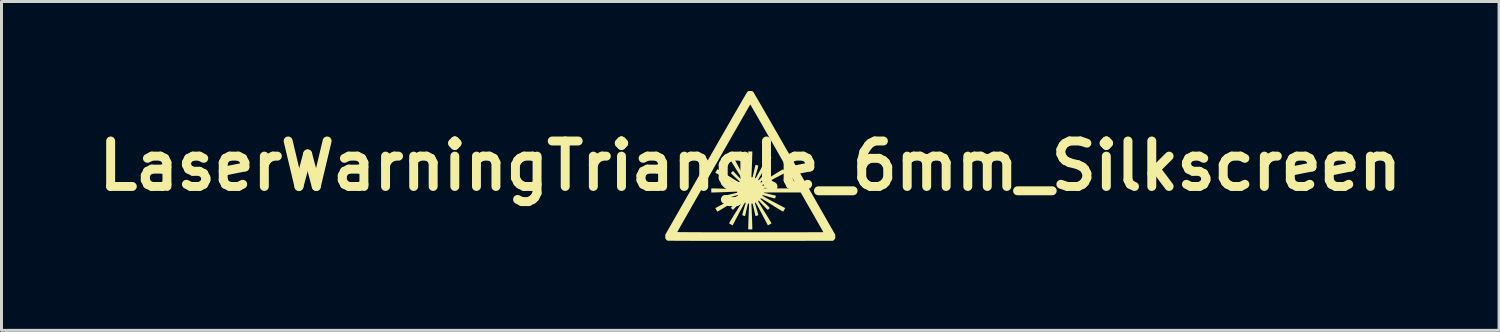
<source format=kicad_pcb>
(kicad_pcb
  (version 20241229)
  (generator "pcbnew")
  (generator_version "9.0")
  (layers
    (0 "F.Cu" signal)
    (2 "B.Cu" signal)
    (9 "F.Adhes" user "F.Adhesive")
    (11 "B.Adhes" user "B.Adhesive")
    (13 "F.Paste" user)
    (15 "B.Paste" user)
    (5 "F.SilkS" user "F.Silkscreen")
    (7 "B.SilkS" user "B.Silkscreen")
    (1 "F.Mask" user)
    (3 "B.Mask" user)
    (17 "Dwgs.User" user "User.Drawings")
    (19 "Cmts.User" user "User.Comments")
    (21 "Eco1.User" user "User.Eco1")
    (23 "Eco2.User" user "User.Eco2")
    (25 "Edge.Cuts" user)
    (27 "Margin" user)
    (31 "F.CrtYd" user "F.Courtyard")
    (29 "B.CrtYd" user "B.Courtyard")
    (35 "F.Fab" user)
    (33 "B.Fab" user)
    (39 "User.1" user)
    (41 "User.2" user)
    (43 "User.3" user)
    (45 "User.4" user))
  (footprint "LaserWarningTriangle_6mm_Silkscreen"
    (layer "F.Cu")
    (at 22.105 2.512)
    (property "Reference" "LaserWarningTriangle_6mm_Silkscreen" (at 0 0 0) (layer "F.SilkS") (effects (font (size 1.524 1.524) (thickness 0.3))))
    (attr exclude_from_pos_files exclude_from_bom)
    (fp_poly (pts (xy 0.036 -2.511) (xy 0.06 -2.508) (xy 0.077 -2.5) (xy 0.094 -2.485) (xy 0.1 -2.478) (xy 0.108 -2.467) (xy 0.125 -2.439) (xy 0.15 -2.396) (xy 0.184 -2.339) (xy 0.227 -2.266) (xy 0.277 -2.181) (xy 0.334 -2.082) (xy 0.398 -1.971) (xy 0.469 -1.849) (xy 0.546 -1.715) (xy 0.629 -1.571) (xy 0.718 -1.417) (xy 0.811 -1.254) (xy 0.91 -1.083) (xy 1.013 -0.904) (xy 1.119 -0.718) (xy 1.23 -0.525) (xy 1.344 -0.326) (xy 1.46 -0.123) (xy 1.491 -0.068) (xy 2.85 2.309) (xy 2.85 2.374) (xy 2.85 2.409) (xy 2.846 2.432) (xy 2.837 2.45) (xy 2.82 2.469) (xy 2.814 2.475) (xy 2.778 2.512) (xy 0.012 2.514) (xy -0.218 2.514) (xy -0.444 2.514) (xy -0.663 2.514) (xy -0.877 2.514) (xy -1.082 2.514) (xy -1.28 2.514) (xy -1.469 2.513) (xy -1.649 2.513) (xy -1.818 2.513) (xy -1.976 2.513) (xy -2.122 2.512) (xy -2.255 2.512) (xy -2.375 2.511) (xy -2.481 2.511) (xy -2.571 2.51) (xy -2.646 2.51) (xy -2.705 2.509) (xy -2.746 2.509) (xy -2.769 2.508) (xy -2.773 2.508) (xy -2.792 2.495) (xy -2.815 2.475) (xy -2.822 2.469) (xy -2.838 2.45) (xy -2.846 2.432) (xy -2.85 2.408) (xy -2.85 2.373) (xy -2.85 2.309) (xy -2.798 2.217) (xy -2.447 2.217) (xy -2.438 2.218) (xy -2.41 2.219) (xy -2.363 2.22) (xy -2.297 2.221) (xy -2.214 2.222) (xy -2.113 2.222) (xy -1.994 2.223) (xy -1.858 2.224) (xy -1.705 2.224) (xy -1.536 2.225) (xy -1.351 2.225) (xy -1.149 2.226) (xy -0.932 2.226) (xy -0.7 2.226) (xy -0.453 2.226) (xy -0.192 2.226) (xy -0.001 2.226) (xy 0.216 2.226) (xy 0.427 2.226) (xy 0.632 2.226) (xy 0.831 2.226) (xy 1.022 2.226) (xy 1.205 2.226) (xy 1.378 2.226) (xy 1.541 2.225) (xy 1.694 2.225) (xy 1.835 2.225) (xy 1.964 2.224) (xy 2.079 2.224) (xy 2.18 2.224) (xy 2.267 2.223) (xy 2.337 2.223) (xy 2.391 2.223) (xy 2.428 2.222) (xy 2.447 2.222) (xy 2.449 2.222) (xy 2.444 2.213) (xy 2.431 2.188) (xy 2.409 2.149) (xy 2.38 2.098) (xy 2.344 2.034) (xy 2.302 1.96) (xy 2.255 1.878) (xy 2.203 1.787) (xy 2.148 1.689) (xy 2.089 1.587) (xy 2.07 1.554) (xy 1.691 0.891) (xy 1.062 0.891) (xy 0.954 0.891) (xy 0.851 0.891) (xy 0.757 0.891) (xy 0.671 0.892) (xy 0.597 0.892) (xy 0.535 0.893) (xy 0.487 0.894) (xy 0.454 0.895) (xy 0.439 0.896) (xy 0.438 0.896) (xy 0.448 0.899) (xy 0.473 0.906) (xy 0.511 0.915) (xy 0.558 0.927) (xy 0.61 0.94) (xy 0.664 0.953) (xy 0.718 0.966) (xy 0.767 0.977) (xy 0.809 0.987) (xy 0.839 0.994) (xy 0.855 0.997) (xy 0.857 0.997) (xy 0.858 1.005) (xy 0.854 1.024) (xy 0.846 1.049) (xy 0.838 1.072) (xy 0.83 1.088) (xy 0.827 1.091) (xy 0.815 1.089) (xy 0.787 1.083) (xy 0.746 1.072) (xy 0.696 1.058) (xy 0.639 1.042) (xy 0.621 1.036) (xy 0.563 1.019) (xy 0.511 1.003) (xy 0.467 0.991) (xy 0.435 0.982) (xy 0.419 0.978) (xy 0.417 0.978) (xy 0.408 0.986) (xy 0.407 0.995) (xy 0.412 1.002) (xy 0.428 1.014) (xy 0.456 1.032) (xy 0.497 1.056) (xy 0.552 1.086) (xy 0.621 1.124) (xy 0.706 1.169) (xy 0.789 1.213) (xy 1.172 1.415) (xy 1.141 1.47) (xy 1.124 1.499) (xy 1.11 1.522) (xy 1.104 1.532) (xy 1.094 1.529) (xy 1.07 1.516) (xy 1.033 1.495) (xy 0.985 1.466) (xy 0.927 1.431) (xy 0.861 1.391) (xy 0.789 1.346) (xy 0.73 1.308) (xy 0.642 1.253) (xy 0.568 1.207) (xy 0.508 1.17) (xy 0.46 1.141) (xy 0.423 1.119) (xy 0.395 1.104) (xy 0.375 1.094) (xy 0.361 1.089) (xy 0.353 1.088) (xy 0.349 1.09) (xy 0.341 1.101) (xy 0.345 1.113) (xy 0.358 1.126) (xy 0.373 1.14) (xy 0.399 1.164) (xy 0.434 1.196) (xy 0.474 1.234) (xy 0.515 1.273) (xy 0.557 1.312) (xy 0.594 1.348) (xy 0.623 1.377) (xy 0.642 1.398) (xy 0.649 1.408) (xy 0.649 1.408) (xy 0.642 1.422) (xy 0.625 1.441) (xy 0.606 1.459) (xy 0.589 1.47) (xy 0.584 1.471) (xy 0.575 1.465) (xy 0.555 1.446) (xy 0.526 1.418) (xy 0.492 1.382) (xy 0.453 1.342) (xy 0.412 1.299) (xy 0.372 1.256) (xy 0.334 1.215) (xy 0.313 1.191) (xy 0.293 1.171) (xy 0.28 1.164) (xy 0.269 1.169) (xy 0.268 1.17) (xy 0.266 1.174) (xy 0.267 1.183) (xy 0.272 1.197) (xy 0.282 1.218) (xy 0.298 1.246) (xy 0.321 1.285) (xy 0.35 1.334) (xy 0.388 1.395) (xy 0.435 1.471) (xy 0.485 1.551) (xy 0.533 1.627) (xy 0.577 1.698) (xy 0.616 1.762) (xy 0.65 1.819) (xy 0.677 1.865) (xy 0.697 1.899) (xy 0.708 1.92) (xy 0.71 1.927) (xy 0.698 1.935) (xy 0.674 1.949) (xy 0.647 1.964) (xy 0.592 1.995) (xy 0.391 1.612) (xy 0.338 1.514) (xy 0.294 1.431) (xy 0.258 1.365) (xy 0.229 1.312) (xy 0.206 1.274) (xy 0.189 1.248) (xy 0.178 1.233) (xy 0.172 1.229) (xy 0.157 1.234) (xy 0.155 1.24) (xy 0.158 1.252) (xy 0.165 1.28) (xy 0.177 1.32) (xy 0.192 1.37) (xy 0.209 1.427) (xy 0.214 1.444) (xy 0.231 1.502) (xy 0.246 1.555) (xy 0.258 1.599) (xy 0.265 1.63) (xy 0.268 1.648) (xy 0.268 1.649) (xy 0.258 1.656) (xy 0.238 1.665) (xy 0.213 1.673) (xy 0.19 1.679) (xy 0.176 1.68) (xy 0.174 1.678) (xy 0.172 1.668) (xy 0.166 1.642) (xy 0.157 1.603) (xy 0.146 1.554) (xy 0.133 1.497) (xy 0.131 1.488) (xy 0.117 1.43) (xy 0.105 1.376) (xy 0.094 1.331) (xy 0.086 1.299) (xy 0.082 1.281) (xy 0.082 1.28) (xy 0.07 1.262) (xy 0.057 1.258) (xy 0.049 1.259) (xy 0.044 1.264) (xy 0.041 1.276) (xy 0.04 1.299) (xy 0.041 1.335) (xy 0.043 1.372) (xy 0.046 1.437) (xy 0.05 1.511) (xy 0.053 1.591) (xy 0.056 1.674) (xy 0.059 1.756) (xy 0.062 1.835) (xy 0.064 1.907) (xy 0.066 1.97) (xy 0.067 2.019) (xy 0.068 2.052) (xy 0.068 2.053) (xy 0.068 2.13) (xy -0.068 2.13) (xy -0.068 2.053) (xy -0.067 2.02) (xy -0.066 1.971) (xy -0.064 1.909) (xy -0.062 1.837) (xy -0.059 1.759) (xy -0.056 1.676) (xy -0.053 1.593) (xy -0.05 1.513) (xy -0.046 1.439) (xy -0.043 1.374) (xy -0.043 1.372) (xy -0.041 1.324) (xy -0.04 1.292) (xy -0.041 1.272) (xy -0.045 1.262) (xy -0.051 1.259) (xy -0.057 1.258) (xy -0.076 1.267) (xy -0.082 1.28) (xy -0.092 1.322) (xy -0.103 1.371) (xy -0.116 1.425) (xy -0.129 1.482) (xy -0.142 1.536) (xy -0.153 1.586) (xy -0.163 1.629) (xy -0.17 1.66) (xy -0.174 1.677) (xy -0.174 1.679) (xy -0.182 1.681) (xy -0.202 1.676) (xy -0.226 1.669) (xy -0.249 1.66) (xy -0.265 1.652) (xy -0.268 1.649) (xy -0.267 1.637) (xy -0.26 1.609) (xy -0.25 1.568) (xy -0.236 1.518) (xy -0.219 1.461) (xy -0.214 1.444) (xy -0.196 1.386) (xy -0.181 1.333) (xy -0.168 1.29) (xy -0.159 1.258) (xy -0.155 1.242) (xy -0.155 1.24) (xy -0.163 1.231) (xy -0.172 1.23) (xy -0.179 1.235) (xy -0.191 1.251) (xy -0.209 1.279) (xy -0.233 1.32) (xy -0.263 1.375) (xy -0.301 1.444) (xy -0.347 1.529) (xy -0.391 1.612) (xy -0.592 1.994) (xy -0.647 1.964) (xy -0.677 1.947) (xy -0.699 1.933) (xy -0.71 1.926) (xy -0.706 1.917) (xy -0.693 1.893) (xy -0.672 1.856) (xy -0.643 1.808) (xy -0.608 1.75) (xy -0.568 1.684) (xy -0.523 1.612) (xy -0.486 1.553) (xy -0.43 1.464) (xy -0.384 1.39) (xy -0.347 1.33) (xy -0.318 1.282) (xy -0.296 1.245) (xy -0.281 1.217) (xy -0.271 1.197) (xy -0.266 1.183) (xy -0.266 1.175) (xy -0.267 1.172) (xy -0.274 1.168) (xy -0.284 1.171) (xy -0.299 1.182) (xy -0.322 1.203) (xy -0.354 1.237) (xy -0.37 1.254) (xy -0.41 1.297) (xy -0.452 1.342) (xy -0.49 1.383) (xy -0.52 1.413) (xy -0.58 1.476) (xy -0.614 1.443) (xy -0.634 1.422) (xy -0.646 1.407) (xy -0.649 1.403) (xy -0.642 1.394) (xy -0.623 1.375) (xy -0.594 1.347) (xy -0.556 1.311) (xy -0.513 1.27) (xy -0.494 1.252) (xy -0.449 1.21) (xy -0.409 1.172) (xy -0.376 1.14) (xy -0.352 1.116) (xy -0.34 1.103) (xy -0.339 1.101) (xy -0.341 1.094) (xy -0.348 1.091) (xy -0.362 1.094) (xy -0.383 1.102) (xy -0.413 1.117) (xy -0.453 1.14) (xy -0.505 1.17) (xy -0.569 1.21) (xy -0.647 1.258) (xy -0.732 1.311) (xy -0.808 1.358) (xy -0.879 1.402) (xy -0.943 1.441) (xy -0.998 1.474) (xy -1.044 1.501) (xy -1.078 1.52) (xy -1.098 1.531) (xy -1.104 1.532) (xy -1.111 1.52) (xy -1.126 1.497) (xy -1.141 1.47) (xy -1.172 1.415) (xy -0.789 1.213) (xy -0.691 1.161) (xy -0.609 1.117) (xy -0.542 1.081) (xy -0.49 1.051) (xy -0.451 1.029) (xy -0.425 1.012) (xy -0.41 1) (xy -0.407 0.995) (xy -0.411 0.98) (xy -0.417 0.978) (xy -0.429 0.98) (xy -0.457 0.988) (xy -0.497 1) (xy -0.547 1.014) (xy -0.604 1.031) (xy -0.621 1.037) (xy -0.679 1.054) (xy -0.732 1.069) (xy -0.775 1.081) (xy -0.807 1.088) (xy -0.825 1.091) (xy -0.826 1.091) (xy -0.833 1.081) (xy -0.842 1.061) (xy -0.85 1.036) (xy -0.856 1.013) (xy -0.857 0.999) (xy -0.855 0.997) (xy -0.845 0.995) (xy -0.819 0.989) (xy -0.78 0.98) (xy -0.731 0.969) (xy -0.675 0.956) (xy -0.665 0.954) (xy -0.607 0.94) (xy -0.553 0.927) (xy -0.509 0.917) (xy -0.476 0.909) (xy -0.458 0.905) (xy -0.457 0.905) (xy -0.439 0.893) (xy -0.436 0.88) (xy -0.436 0.872) (xy -0.441 0.866) (xy -0.453 0.864) (xy -0.476 0.863) (xy -0.512 0.864) (xy -0.549 0.866) (xy -0.614 0.869) (xy -0.688 0.872) (xy -0.768 0.876) (xy -0.851 0.879) (xy -0.933 0.882) (xy -1.012 0.885) (xy -1.084 0.887) (xy -1.147 0.889) (xy -1.196 0.89) (xy -1.23 0.891) (xy -1.23 0.891) (xy -1.307 0.891) (xy -1.307 0.755) (xy -1.23 0.755) (xy -1.198 0.755) (xy -1.149 0.757) (xy -1.086 0.758) (xy -1.014 0.761) (xy -0.936 0.763) (xy -0.853 0.767) (xy -0.771 0.77) (xy -0.691 0.773) (xy -0.616 0.776) (xy -0.551 0.779) (xy -0.549 0.78) (xy -0.501 0.782) (xy -0.469 0.783) (xy -0.449 0.781) (xy -0.439 0.778) (xy -0.436 0.772) (xy -0.436 0.765) (xy -0.444 0.747) (xy -0.457 0.741) (xy -0.473 0.737) (xy -0.505 0.73) (xy -0.549 0.719) (xy -0.601 0.707) (xy -0.66 0.693) (xy -0.665 0.692) (xy -0.723 0.679) (xy -0.773 0.667) (xy -0.814 0.658) (xy -0.842 0.651) (xy -0.855 0.649) (xy -0.855 0.649) (xy -0.857 0.641) (xy -0.853 0.621) (xy -0.846 0.597) (xy -0.838 0.573) (xy -0.829 0.558) (xy -0.826 0.555) (xy -0.814 0.556) (xy -0.786 0.562) (xy -0.745 0.573) (xy -0.695 0.587) (xy -0.638 0.604) (xy -0.621 0.609) (xy -0.562 0.627) (xy -0.51 0.642) (xy -0.467 0.655) (xy -0.435 0.664) (xy -0.419 0.668) (xy -0.417 0.668) (xy -0.408 0.66) (xy -0.407 0.651) (xy -0.412 0.644) (xy -0.428 0.632) (xy -0.455 0.614) (xy -0.496 0.591) (xy -0.55 0.56) (xy -0.619 0.523) (xy -0.703 0.478) (xy -0.789 0.432) (xy -1.172 0.23) (xy -1.141 0.176) (xy -1.124 0.146) (xy -1.11 0.123) (xy -1.103 0.113) (xy -1.094 0.117) (xy -1.07 0.129) (xy -1.033 0.15) (xy -0.985 0.179) (xy -0.927 0.214) (xy -0.861 0.254) (xy -0.789 0.299) (xy -0.732 0.334) (xy -0.64 0.392) (xy -0.563 0.44) (xy -0.5 0.478) (xy -0.449 0.508) (xy -0.41 0.53) (xy -0.381 0.544) (xy -0.36 0.552) (xy -0.347 0.555) (xy -0.341 0.552) (xy -0.339 0.545) (xy -0.346 0.536) (xy -0.365 0.517) (xy -0.394 0.488) (xy -0.431 0.452) (xy -0.475 0.411) (xy -0.494 0.393) (xy -0.539 0.351) (xy -0.579 0.313) (xy -0.612 0.281) (xy -0.635 0.258) (xy -0.647 0.245) (xy -0.649 0.243) (xy -0.642 0.233) (xy -0.626 0.215) (xy -0.614 0.203) (xy -0.58 0.169) (xy -0.52 0.232) (xy -0.489 0.265) (xy -0.45 0.306) (xy -0.408 0.351) (xy -0.37 0.392) (xy -0.333 0.43) (xy -0.307 0.456) (xy -0.289 0.472) (xy -0.278 0.478) (xy -0.27 0.476) (xy -0.267 0.474) (xy -0.266 0.468) (xy -0.267 0.459) (xy -0.273 0.444) (xy -0.285 0.421) (xy -0.302 0.391) (xy -0.326 0.35) (xy -0.357 0.298) (xy -0.397 0.234) (xy -0.446 0.156) (xy -0.486 0.093) (xy -0.533 0.017) (xy -0.577 -0.054) (xy -0.617 -0.118) (xy -0.65 -0.174) (xy -0.678 -0.22) (xy -0.697 -0.254) (xy -0.708 -0.275) (xy -0.71 -0.281) (xy -0.698 -0.289) (xy -0.674 -0.303) (xy -0.647 -0.318) (xy -0.592 -0.349) (xy -0.391 0.034) (xy -0.338 0.132) (xy -0.294 0.214) (xy -0.258 0.281) (xy -0.228 0.334) (xy -0.205 0.372) (xy -0.189 0.398) (xy -0.177 0.412) (xy -0.172 0.416) (xy -0.157 0.411) (xy -0.155 0.406) (xy -0.158 0.393) (xy -0.165 0.366) (xy -0.177 0.325) (xy -0.192 0.275) (xy -0.209 0.218) (xy -0.214 0.202) (xy -0.231 0.143) (xy -0.246 0.091) (xy -0.258 0.047) (xy -0.265 0.015) (xy -0.268 -0.002) (xy -0.268 -0.004) (xy -0.258 -0.01) (xy -0.238 -0.019) (xy -0.213 -0.027) (xy -0.191 -0.033) (xy -0.176 -0.035) (xy -0.174 -0.034) (xy -0.172 -0.024) (xy -0.166 0.001) (xy -0.158 0.038) (xy -0.147 0.085) (xy -0.135 0.138) (xy -0.122 0.194) (xy -0.109 0.25) (xy -0.097 0.302) (xy -0.086 0.348) (xy -0.082 0.365) (xy -0.07 0.384) (xy -0.057 0.387) (xy -0.049 0.386) (xy -0.044 0.381) (xy -0.041 0.369) (xy -0.04 0.347) (xy -0.041 0.311) (xy -0.043 0.273) (xy -0.046 0.209) (xy -0.05 0.135) (xy -0.053 0.055) (xy -0.056 -0.028) (xy -0.059 -0.11) (xy -0.062 -0.189) (xy -0.064 -0.262) (xy -0.066 -0.324) (xy -0.067 -0.373) (xy -0.068 -0.407) (xy -0.068 -0.484) (xy 0.068 -0.484) (xy 0.068 -0.408) (xy 0.067 -0.375) (xy 0.066 -0.326) (xy 0.064 -0.264) (xy 0.062 -0.192) (xy 0.059 -0.113) (xy 0.056 -0.031) (xy 0.053 0.052) (xy 0.05 0.132) (xy 0.046 0.206) (xy 0.043 0.272) (xy 0.043 0.273) (xy 0.041 0.322) (xy 0.04 0.354) (xy 0.041 0.373) (xy 0.045 0.383) (xy 0.051 0.387) (xy 0.057 0.387) (xy 0.076 0.379) (xy 0.082 0.365) (xy 0.092 0.324) (xy 0.103 0.275) (xy 0.116 0.22) (xy 0.129 0.164) (xy 0.142 0.109) (xy 0.153 0.059) (xy 0.163 0.017) (xy 0.17 -0.014) (xy 0.174 -0.032) (xy 0.174 -0.034) (xy 0.182 -0.035) (xy 0.202 -0.031) (xy 0.226 -0.023) (xy 0.249 -0.015) (xy 0.265 -0.007) (xy 0.268 -0.004) (xy 0.267 0.009) (xy 0.26 0.037) (xy 0.25 0.077) (xy 0.236 0.128) (xy 0.219 0.185) (xy 0.214 0.202) (xy 0.196 0.26) (xy 0.181 0.312) (xy 0.168 0.356) (xy 0.159 0.387) (xy 0.155 0.404) (xy 0.155 0.406) (xy 0.163 0.415) (xy 0.172 0.416) (xy 0.179 0.411) (xy 0.191 0.395) (xy 0.209 0.367) (xy 0.233 0.326) (xy 0.263 0.271) (xy 0.301 0.201) (xy 0.347 0.117) (xy 0.391 0.033) (xy 0.593 -0.349) (xy 0.647 -0.319) (xy 0.677 -0.302) (xy 0.699 -0.288) (xy 0.71 -0.281) (xy 0.706 -0.272) (xy 0.693 -0.248) (xy 0.672 -0.211) (xy 0.644 -0.162) (xy 0.609 -0.104) (xy 0.568 -0.038) (xy 0.523 0.034) (xy 0.485 0.095) (xy 0.43 0.184) (xy 0.384 0.257) (xy 0.347 0.317) (xy 0.318 0.365) (xy 0.296 0.403) (xy 0.281 0.431) (xy 0.271 0.451) (xy 0.267 0.464) (xy 0.266 0.472) (xy 0.268 0.476) (xy 0.279 0.481) (xy 0.292 0.475) (xy 0.311 0.456) (xy 0.313 0.455) (xy 0.347 0.416) (xy 0.386 0.374) (xy 0.427 0.331) (xy 0.467 0.289) (xy 0.505 0.25) (xy 0.538 0.217) (xy 0.563 0.192) (xy 0.58 0.177) (xy 0.584 0.174) (xy 0.598 0.181) (xy 0.618 0.197) (xy 0.636 0.217) (xy 0.647 0.233) (xy 0.649 0.238) (xy 0.642 0.247) (xy 0.623 0.268) (xy 0.594 0.297) (xy 0.558 0.333) (xy 0.516 0.372) (xy 0.515 0.373) (xy 0.472 0.414) (xy 0.431 0.451) (xy 0.397 0.483) (xy 0.372 0.507) (xy 0.358 0.52) (xy 0.343 0.536) (xy 0.342 0.547) (xy 0.349 0.555) (xy 0.354 0.557) (xy 0.363 0.556) (xy 0.378 0.55) (xy 0.399 0.54) (xy 0.429 0.523) (xy 0.468 0.5) (xy 0.518 0.47) (xy 0.58 0.431) (xy 0.656 0.384) (xy 0.73 0.337) (xy 0.806 0.289) (xy 0.877 0.245) (xy 0.941 0.206) (xy 0.997 0.172) (xy 1.043 0.145) (xy 1.077 0.126) (xy 1.098 0.115) (xy 1.104 0.113) (xy 1.112 0.125) (xy 1.126 0.149) (xy 1.141 0.176) (xy 1.172 0.23) (xy 0.789 0.432) (xy 0.691 0.484) (xy 0.608 0.529) (xy 0.542 0.565) (xy 0.489 0.595) (xy 0.451 0.617) (xy 0.425 0.634) (xy 0.41 0.645) (xy 0.407 0.651) (xy 0.411 0.665) (xy 0.417 0.668) (xy 0.429 0.665) (xy 0.457 0.658) (xy 0.497 0.646) (xy 0.547 0.631) (xy 0.604 0.614) (xy 0.621 0.609) (xy 0.68 0.592) (xy 0.733 0.577) (xy 0.776 0.565) (xy 0.808 0.558) (xy 0.825 0.555) (xy 0.827 0.555) (xy 0.833 0.564) (xy 0.842 0.585) (xy 0.85 0.609) (xy 0.856 0.632) (xy 0.858 0.647) (xy 0.857 0.649) (xy 0.845 0.651) (xy 0.818 0.657) (xy 0.779 0.666) (xy 0.731 0.677) (xy 0.679 0.689) (xy 0.624 0.702) (xy 0.571 0.715) (xy 0.523 0.727) (xy 0.482 0.737) (xy 0.453 0.745) (xy 0.439 0.749) (xy 0.438 0.75) (xy 0.446 0.751) (xy 0.472 0.751) (xy 0.515 0.752) (xy 0.571 0.753) (xy 0.641 0.754) (xy 0.721 0.754) (xy 0.811 0.755) (xy 0.909 0.755) (xy 1.013 0.755) (xy 1.02 0.755) (xy 1.124 0.755) (xy 1.223 0.755) (xy 1.314 0.754) (xy 1.396 0.754) (xy 1.467 0.753) (xy 1.525 0.752) (xy 1.569 0.751) (xy 1.597 0.75) (xy 1.607 0.749) (xy 1.607 0.749) (xy 1.602 0.74) (xy 1.588 0.715) (xy 1.566 0.676) (xy 1.536 0.623) (xy 1.499 0.557) (xy 1.456 0.48) (xy 1.406 0.393) (xy 1.351 0.296) (xy 1.291 0.191) (xy 1.227 0.079) (xy 1.16 -0.039) (xy 1.089 -0.163) (xy 1.017 -0.29) (xy 0.942 -0.421) (xy 0.867 -0.553) (xy 0.791 -0.686) (xy 0.715 -0.819) (xy 0.639 -0.95) (xy 0.565 -1.079) (xy 0.493 -1.205) (xy 0.424 -1.326) (xy 0.358 -1.442) (xy 0.295 -1.551) (xy 0.237 -1.653) (xy 0.184 -1.745) (xy 0.136 -1.828) (xy 0.094 -1.9) (xy 0.06 -1.96) (xy 0.032 -2.007) (xy 0.013 -2.041) (xy 0.002 -2.058) (xy 0 -2.062) (xy -0.005 -2.053) (xy -0.019 -2.029) (xy -0.042 -1.99) (xy -0.073 -1.936) (xy -0.111 -1.869) (xy -0.157 -1.79) (xy -0.209 -1.699) (xy -0.268 -1.597) (xy -0.332 -1.485) (xy -0.401 -1.364) (xy -0.475 -1.235) (xy -0.554 -1.099) (xy -0.635 -0.956) (xy -0.72 -0.807) (xy -0.808 -0.654) (xy -0.898 -0.497) (xy -0.99 -0.337) (xy -1.083 -0.174) (xy -1.177 -0.011) (xy -1.27 0.154) (xy -1.364 0.317) (xy -1.457 0.48) (xy -1.549 0.64) (xy -1.639 0.798) (xy -1.727 0.951) (xy -1.812 1.1) (xy -1.894 1.244) (xy -1.972 1.381) (xy -2.046 1.51) (xy -2.115 1.632) (xy -2.179 1.744) (xy -2.238 1.847) (xy -2.29 1.939) (xy -2.336 2.019) (xy -2.374 2.087) (xy -2.405 2.142) (xy -2.428 2.182) (xy -2.442 2.208) (xy -2.447 2.217) (xy -2.798 2.217) (xy -1.491 -0.068) (xy -1.374 -0.273) (xy -1.26 -0.473) (xy -1.148 -0.667) (xy -1.041 -0.855) (xy -0.937 -1.036) (xy -0.837 -1.21) (xy -0.742 -1.375) (xy -0.652 -1.531) (xy -0.568 -1.678) (xy -0.489 -1.814) (xy -0.416 -1.94) (xy -0.35 -2.054) (xy -0.291 -2.156) (xy -0.239 -2.245) (xy -0.195 -2.321) (xy -0.158 -2.382) (xy -0.131 -2.429) (xy -0.111 -2.461) (xy -0.101 -2.477) (xy -0.1 -2.478) (xy -0.082 -2.496) (xy -0.065 -2.506) (xy -0.045 -2.511) (xy -0.013 -2.512) (xy 0 -2.512)) (stroke (width 0) (type solid)) (fill yes) (layer "F.SilkS")))
  (gr_rect
    (start -3 -3)
    (end 47.211 8.026)
    (stroke (width 0.1) (type default))
    (fill no)
    (layer "Edge.Cuts")))
</source>
